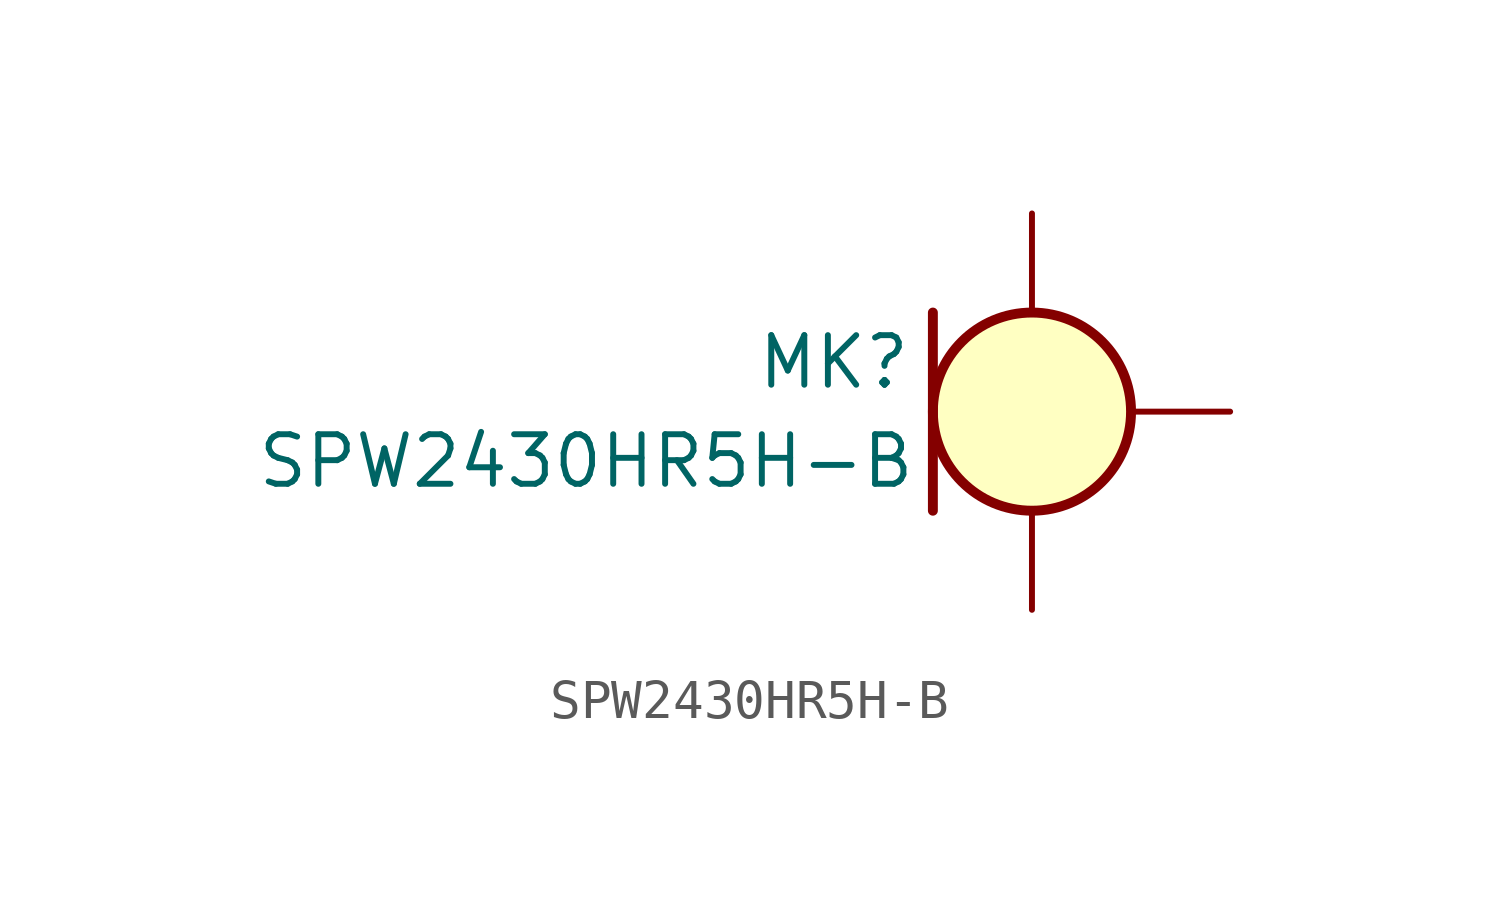
<source format=kicad_sym>
(kicad_symbol_lib
  (version 20201005)
  (generator kicad_symbol_editor)
  (symbol "SPW2430HR5H-B:SPW2430HR5H-B"
    (pin_numbers hide)
    (pin_names
      (offset 1.016) hide)
    (property "Reference" "MK"
      (at -5.08 1.27 0)
      (effects (font (size 1.27 1.27))))
    (property "Value" "SPW2430HR5H-B"
      (at -11.43 -1.27 0)
      (effects (font (size 1.27 1.27))))
    (symbol "SPW2430HR5H-B_0_0"
      (pin output line (at 5.08 0 180) (length 2.54) (name "Output" (effects (font (size 1.27 1.27)))) (number "1" (effects (font (size 1.27 1.27)))))
      (pin power_in line (at 0 -5.08 90) (length 2.54) hide (name "GND" (effects (font (size 1.27 1.27)))) (number "2" (effects (font (size 1.27 1.27)))))
      (pin power_in line (at 0 -5.08 90) (length 2.54) (name "GND" (effects (font (size 1.27 1.27)))) (number "3" (effects (font (size 1.27 1.27)))))
      (pin power_in line (at 0 5.08 270) (length 2.54) (name "VDD" (effects (font (size 1.27 1.27)))) (number "4" (effects (font (size 1.27 1.27))))))
    (symbol "SPW2430HR5H-B_0_1"
      (circle (center 0 0) (radius 2.54) (stroke (width 0.254)) (fill (type background)))
      (polyline (pts (xy -2.54 2.54) (xy -2.54 -2.54)) (stroke (width 0.254)) (fill (type none))))))
</source>
